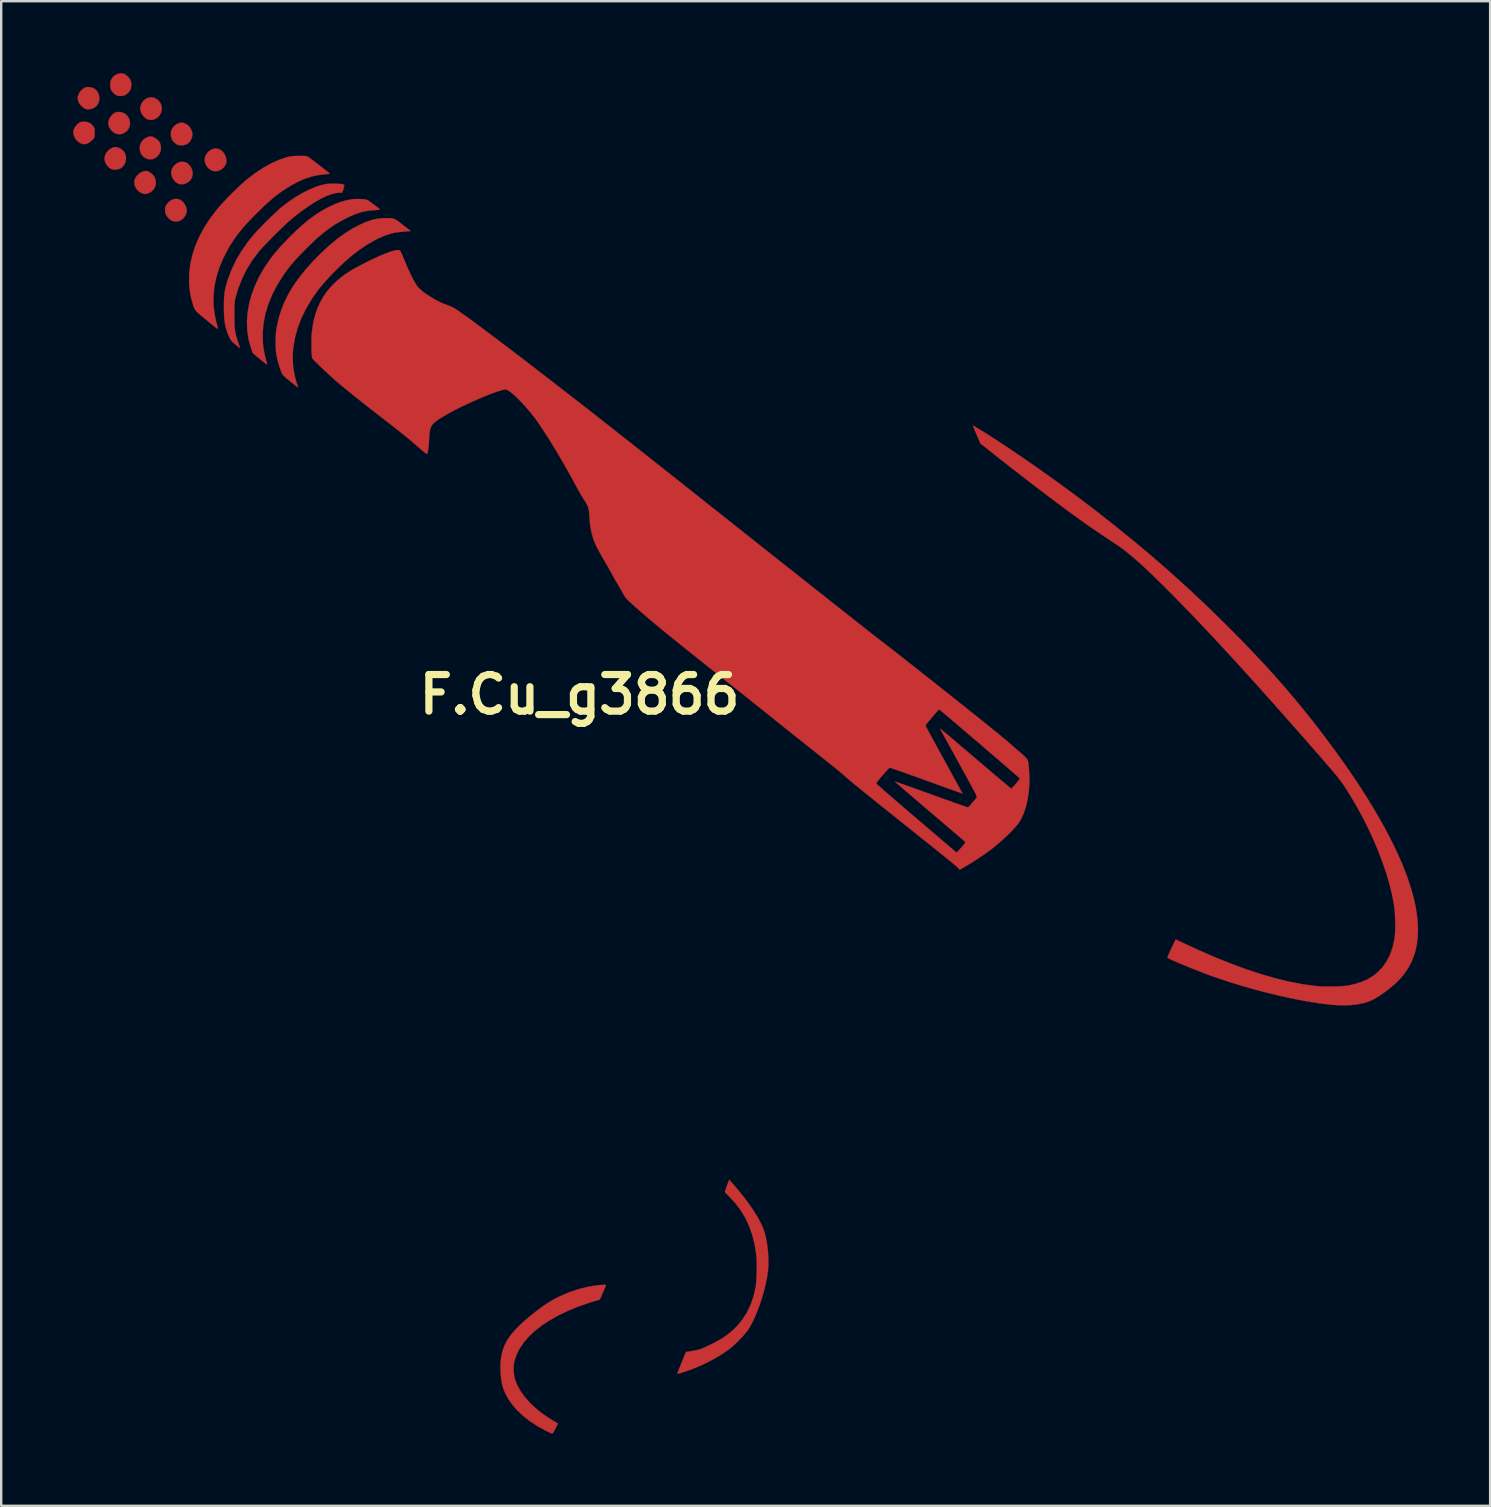
<source format=kicad_pcb>
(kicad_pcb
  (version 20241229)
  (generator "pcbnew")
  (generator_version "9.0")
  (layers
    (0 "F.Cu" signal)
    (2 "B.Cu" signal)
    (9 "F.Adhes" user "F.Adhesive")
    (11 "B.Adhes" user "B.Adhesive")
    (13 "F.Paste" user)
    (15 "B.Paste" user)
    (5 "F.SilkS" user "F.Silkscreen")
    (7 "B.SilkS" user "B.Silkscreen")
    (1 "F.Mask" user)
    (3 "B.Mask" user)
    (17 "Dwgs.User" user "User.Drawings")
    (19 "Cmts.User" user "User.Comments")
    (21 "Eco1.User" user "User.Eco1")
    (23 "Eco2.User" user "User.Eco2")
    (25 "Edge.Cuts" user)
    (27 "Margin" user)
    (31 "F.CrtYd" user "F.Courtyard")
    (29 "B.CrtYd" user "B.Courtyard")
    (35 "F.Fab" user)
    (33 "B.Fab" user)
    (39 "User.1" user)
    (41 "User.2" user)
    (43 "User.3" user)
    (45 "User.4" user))
  (footprint "F.Cu_g3866"
    (layer "F.Cu")
    (at 21.099 25.892)
    (property "Reference" "F.Cu_g3866" (at 0 0 0) (layer "F.SilkS") (effects (font (size 1.524 1.524) (thickness 0.3))))
    (attr through_hole)
    (fp_poly (pts (xy -16.401 -22.172) (xy -16.331 -22.132) (xy -16.232 -22.033) (xy -16.163 -21.917) (xy -16.126 -21.791) (xy -16.122 -21.663) (xy -16.153 -21.54) (xy -16.217 -21.434) (xy -16.311 -21.349) (xy -16.424 -21.291) (xy -16.546 -21.263) (xy -16.666 -21.27) (xy -16.708 -21.282) (xy -16.817 -21.342) (xy -16.906 -21.432) (xy -16.971 -21.543) (xy -17.008 -21.666) (xy -17.013 -21.792) (xy -16.985 -21.903) (xy -16.924 -22.005) (xy -16.834 -22.098) (xy -16.734 -22.166) (xy -16.628 -22.199) (xy -16.512 -22.2) (xy -16.401 -22.172)) (stroke (width 0.01) (type solid)) (fill yes) (layer "F.Cu"))
    (fp_poly (pts (xy -17.71 -24.862) (xy -17.594 -24.795) (xy -17.522 -24.727) (xy -17.449 -24.619) (xy -17.411 -24.503) (xy -17.406 -24.385) (xy -17.43 -24.271) (xy -17.48 -24.165) (xy -17.552 -24.074) (xy -17.643 -24.003) (xy -17.75 -23.958) (xy -17.869 -23.944) (xy -17.981 -23.962) (xy -18.077 -24.01) (xy -18.165 -24.09) (xy -18.238 -24.191) (xy -18.289 -24.302) (xy -18.309 -24.415) (xy -18.309 -24.423) (xy -18.29 -24.54) (xy -18.236 -24.654) (xy -18.157 -24.755) (xy -18.059 -24.832) (xy -17.967 -24.872) (xy -17.835 -24.888) (xy -17.71 -24.862)) (stroke (width 0.01) (type solid)) (fill yes) (layer "F.Cu"))
    (fp_poly (pts (xy -15.044 -22.735) (xy -14.938 -22.681) (xy -14.848 -22.6) (xy -14.778 -22.498) (xy -14.732 -22.384) (xy -14.713 -22.264) (xy -14.727 -22.145) (xy -14.755 -22.073) (xy -14.833 -21.959) (xy -14.933 -21.874) (xy -15.048 -21.822) (xy -15.171 -21.805) (xy -15.295 -21.825) (xy -15.335 -21.841) (xy -15.444 -21.912) (xy -15.532 -22.012) (xy -15.593 -22.13) (xy -15.62 -22.257) (xy -15.621 -22.281) (xy -15.601 -22.408) (xy -15.547 -22.525) (xy -15.465 -22.624) (xy -15.361 -22.7) (xy -15.243 -22.744) (xy -15.16 -22.754) (xy -15.044 -22.735)) (stroke (width 0.01) (type solid)) (fill yes) (layer "F.Cu"))
    (fp_poly (pts (xy -19.061 -24.259) (xy -18.948 -24.209) (xy -18.857 -24.134) (xy -18.79 -24.039) (xy -18.747 -23.932) (xy -18.731 -23.817) (xy -18.742 -23.701) (xy -18.782 -23.591) (xy -18.853 -23.492) (xy -18.955 -23.411) (xy -18.994 -23.391) (xy -19.12 -23.351) (xy -19.244 -23.351) (xy -19.361 -23.391) (xy -19.392 -23.41) (xy -19.508 -23.507) (xy -19.588 -23.619) (xy -19.63 -23.739) (xy -19.634 -23.864) (xy -19.598 -23.988) (xy -19.522 -24.106) (xy -19.513 -24.117) (xy -19.432 -24.199) (xy -19.356 -24.249) (xy -19.273 -24.273) (xy -19.194 -24.278) (xy -19.061 -24.259)) (stroke (width 0.01) (type solid)) (fill yes) (layer "F.Cu"))
    (fp_poly (pts (xy -17.973 -21.8) (xy -17.924 -21.774) (xy -17.798 -21.68) (xy -17.711 -21.57) (xy -17.663 -21.444) (xy -17.654 -21.307) (xy -17.677 -21.186) (xy -17.726 -21.083) (xy -17.802 -20.993) (xy -17.896 -20.922) (xy -17.999 -20.874) (xy -18.104 -20.857) (xy -18.182 -20.868) (xy -18.313 -20.928) (xy -18.42 -21.015) (xy -18.498 -21.122) (xy -18.544 -21.242) (xy -18.554 -21.37) (xy -18.55 -21.402) (xy -18.512 -21.516) (xy -18.44 -21.623) (xy -18.345 -21.715) (xy -18.233 -21.782) (xy -18.116 -21.817) (xy -18.11 -21.817) (xy -18.037 -21.819) (xy -17.973 -21.8)) (stroke (width 0.01) (type solid)) (fill yes) (layer "F.Cu"))
    (fp_poly (pts (xy -20.329 -25.297) (xy -20.209 -25.243) (xy -20.113 -25.158) (xy -20.047 -25.045) (xy -20.031 -25.001) (xy -20.008 -24.858) (xy -20.022 -24.725) (xy -20.069 -24.606) (xy -20.147 -24.509) (xy -20.25 -24.436) (xy -20.376 -24.395) (xy -20.433 -24.388) (xy -20.51 -24.386) (xy -20.564 -24.394) (xy -20.615 -24.417) (xy -20.666 -24.451) (xy -20.785 -24.552) (xy -20.865 -24.665) (xy -20.906 -24.785) (xy -20.908 -24.908) (xy -20.87 -25.03) (xy -20.791 -25.148) (xy -20.779 -25.162) (xy -20.697 -25.241) (xy -20.621 -25.289) (xy -20.539 -25.311) (xy -20.469 -25.315) (xy -20.329 -25.297)) (stroke (width 0.01) (type solid)) (fill yes) (layer "F.Cu"))
    (fp_poly (pts (xy -17.808 -23.249) (xy -17.746 -23.223) (xy -17.7 -23.199) (xy -17.582 -23.121) (xy -17.502 -23.027) (xy -17.456 -22.914) (xy -17.441 -22.774) (xy -17.441 -22.771) (xy -17.46 -22.642) (xy -17.51 -22.527) (xy -17.587 -22.43) (xy -17.683 -22.357) (xy -17.794 -22.311) (xy -17.912 -22.299) (xy -18.025 -22.322) (xy -18.143 -22.385) (xy -18.234 -22.477) (xy -18.296 -22.589) (xy -18.327 -22.714) (xy -18.324 -22.844) (xy -18.284 -22.973) (xy -18.272 -22.998) (xy -18.196 -23.099) (xy -18.095 -23.182) (xy -17.982 -23.237) (xy -17.919 -23.253) (xy -17.86 -23.257) (xy -17.808 -23.249)) (stroke (width 0.01) (type solid)) (fill yes) (layer "F.Cu"))
    (fp_poly (pts (xy -16.697 -20.642) (xy -16.595 -20.591) (xy -16.503 -20.501) (xy -16.486 -20.48) (xy -16.406 -20.348) (xy -16.368 -20.219) (xy -16.372 -20.092) (xy -16.418 -19.968) (xy -16.486 -19.872) (xy -16.588 -19.78) (xy -16.704 -19.725) (xy -16.828 -19.709) (xy -16.952 -19.732) (xy -16.986 -19.746) (xy -17.074 -19.802) (xy -17.158 -19.884) (xy -17.224 -19.977) (xy -17.243 -20.016) (xy -17.267 -20.115) (xy -17.269 -20.227) (xy -17.25 -20.333) (xy -17.232 -20.379) (xy -17.153 -20.493) (xy -17.051 -20.581) (xy -16.935 -20.638) (xy -16.813 -20.659) (xy -16.812 -20.659) (xy -16.697 -20.642)) (stroke (width 0.01) (type solid)) (fill yes) (layer "F.Cu"))
    (fp_poly (pts (xy -19.214 -22.789) (xy -19.188 -22.778) (xy -19.06 -22.703) (xy -18.97 -22.609) (xy -18.916 -22.495) (xy -18.898 -22.36) (xy -18.898 -22.354) (xy -18.913 -22.216) (xy -18.961 -22.097) (xy -19.018 -22.018) (xy -19.092 -21.946) (xy -19.179 -21.902) (xy -19.29 -21.877) (xy -19.319 -21.874) (xy -19.404 -21.871) (xy -19.469 -21.882) (xy -19.53 -21.908) (xy -19.631 -21.98) (xy -19.714 -22.08) (xy -19.771 -22.196) (xy -19.795 -22.316) (xy -19.796 -22.331) (xy -19.775 -22.459) (xy -19.717 -22.579) (xy -19.627 -22.684) (xy -19.53 -22.755) (xy -19.42 -22.803) (xy -19.318 -22.814) (xy -19.214 -22.789)) (stroke (width 0.01) (type solid)) (fill yes) (layer "F.Cu"))
    (fp_poly (pts (xy -16.499 -23.819) (xy -16.413 -23.782) (xy -16.329 -23.73) (xy -16.262 -23.673) (xy -16.25 -23.657) (xy -16.184 -23.547) (xy -16.141 -23.426) (xy -16.129 -23.328) (xy -16.142 -23.248) (xy -16.177 -23.154) (xy -16.224 -23.065) (xy -16.276 -22.997) (xy -16.28 -22.993) (xy -16.383 -22.926) (xy -16.507 -22.89) (xy -16.641 -22.886) (xy -16.737 -22.905) (xy -16.806 -22.939) (xy -16.88 -23) (xy -16.947 -23.074) (xy -16.986 -23.135) (xy -17.024 -23.247) (xy -17.034 -23.374) (xy -17.017 -23.489) (xy -16.967 -23.597) (xy -16.886 -23.694) (xy -16.784 -23.77) (xy -16.67 -23.819) (xy -16.571 -23.833) (xy -16.499 -23.819)) (stroke (width 0.01) (type solid)) (fill yes) (layer "F.Cu"))
    (fp_poly (pts (xy -19.014 -25.878) (xy -18.977 -25.866) (xy -18.907 -25.825) (xy -18.83 -25.759) (xy -18.76 -25.68) (xy -18.709 -25.601) (xy -18.699 -25.578) (xy -18.676 -25.473) (xy -18.676 -25.355) (xy -18.698 -25.244) (xy -18.718 -25.196) (xy -18.779 -25.109) (xy -18.862 -25.029) (xy -18.931 -24.983) (xy -19.012 -24.955) (xy -19.109 -24.942) (xy -19.204 -24.944) (xy -19.281 -24.962) (xy -19.293 -24.968) (xy -19.406 -25.049) (xy -19.494 -25.153) (xy -19.518 -25.193) (xy -19.547 -25.285) (xy -19.558 -25.397) (xy -19.549 -25.513) (xy -19.522 -25.614) (xy -19.518 -25.623) (xy -19.451 -25.726) (xy -19.358 -25.807) (xy -19.248 -25.862) (xy -19.13 -25.887) (xy -19.014 -25.878)) (stroke (width 0.01) (type solid)) (fill yes) (layer "F.Cu"))
    (fp_poly (pts (xy -20.52 -23.861) (xy -20.402 -23.815) (xy -20.303 -23.733) (xy -20.267 -23.687) (xy -20.236 -23.64) (xy -20.217 -23.598) (xy -20.208 -23.547) (xy -20.204 -23.476) (xy -20.204 -23.41) (xy -20.205 -23.319) (xy -20.209 -23.258) (xy -20.221 -23.215) (xy -20.242 -23.177) (xy -20.269 -23.142) (xy -20.349 -23.063) (xy -20.445 -22.995) (xy -20.543 -22.949) (xy -20.595 -22.936) (xy -20.665 -22.937) (xy -20.744 -22.953) (xy -20.759 -22.958) (xy -20.87 -23.017) (xy -20.964 -23.104) (xy -21.036 -23.21) (xy -21.081 -23.326) (xy -21.094 -23.444) (xy -21.084 -23.516) (xy -21.027 -23.645) (xy -20.932 -23.76) (xy -20.877 -23.806) (xy -20.823 -23.841) (xy -20.765 -23.86) (xy -20.687 -23.869) (xy -20.661 -23.871) (xy -20.52 -23.861)) (stroke (width 0.01) (type solid)) (fill yes) (layer "F.Cu"))
    (fp_poly (pts (xy -7.955 -19.854) (xy -7.869 -19.851) (xy -7.797 -19.842) (xy -7.732 -19.824) (xy -7.667 -19.794) (xy -7.595 -19.749) (xy -7.508 -19.686) (xy -7.4 -19.601) (xy -7.318 -19.537) (xy -7.038 -19.315) (xy -7.324 -19.291) (xy -7.536 -19.269) (xy -7.722 -19.24) (xy -7.895 -19.199) (xy -8.065 -19.144) (xy -8.245 -19.071) (xy -8.445 -18.978) (xy -8.477 -18.962) (xy -8.811 -18.777) (xy -9.151 -18.551) (xy -9.498 -18.283) (xy -9.852 -17.974) (xy -10.212 -17.624) (xy -10.44 -17.384) (xy -10.594 -17.215) (xy -10.724 -17.066) (xy -10.839 -16.927) (xy -10.945 -16.788) (xy -11.05 -16.64) (xy -11.159 -16.478) (xy -11.396 -16.084) (xy -11.591 -15.684) (xy -11.745 -15.28) (xy -11.858 -14.87) (xy -11.928 -14.457) (xy -11.95 -14.213) (xy -11.953 -13.98) (xy -11.938 -13.73) (xy -11.905 -13.478) (xy -11.858 -13.233) (xy -11.797 -13.008) (xy -11.737 -12.843) (xy -11.732 -12.813) (xy -11.74 -12.806) (xy -11.761 -12.819) (xy -11.81 -12.855) (xy -11.88 -12.909) (xy -11.966 -12.978) (xy -12.064 -13.057) (xy -12.065 -13.058) (xy -12.173 -13.147) (xy -12.253 -13.215) (xy -12.311 -13.268) (xy -12.352 -13.311) (xy -12.381 -13.351) (xy -12.404 -13.393) (xy -12.426 -13.443) (xy -12.431 -13.455) (xy -12.489 -13.613) (xy -12.545 -13.795) (xy -12.594 -13.985) (xy -12.631 -14.164) (xy -12.639 -14.213) (xy -12.654 -14.354) (xy -12.662 -14.522) (xy -12.665 -14.705) (xy -12.661 -14.89) (xy -12.651 -15.065) (xy -12.635 -15.215) (xy -12.628 -15.261) (xy -12.547 -15.639) (xy -12.437 -16.003) (xy -12.296 -16.357) (xy -12.123 -16.705) (xy -11.915 -17.049) (xy -11.671 -17.393) (xy -11.389 -17.741) (xy -11.137 -18.023) (xy -10.783 -18.385) (xy -10.436 -18.708) (xy -10.094 -18.991) (xy -9.76 -19.233) (xy -9.433 -19.435) (xy -9.218 -19.548) (xy -9.003 -19.648) (xy -8.813 -19.725) (xy -8.639 -19.782) (xy -8.473 -19.82) (xy -8.306 -19.843) (xy -8.129 -19.853) (xy -8.063 -19.854) (xy -7.955 -19.854)) (stroke (width 0.01) (type solid)) (fill yes) (layer "F.Cu"))
    (fp_poly (pts (xy -9.049 -20.645) (xy -8.938 -20.633) (xy -8.856 -20.614) (xy -8.842 -20.609) (xy -8.808 -20.589) (xy -8.751 -20.55) (xy -8.678 -20.498) (xy -8.597 -20.438) (xy -8.515 -20.376) (xy -8.439 -20.317) (xy -8.376 -20.266) (xy -8.334 -20.229) (xy -8.319 -20.212) (xy -8.339 -20.206) (xy -8.392 -20.198) (xy -8.47 -20.191) (xy -8.549 -20.185) (xy -8.752 -20.168) (xy -8.938 -20.139) (xy -9.116 -20.096) (xy -9.297 -20.037) (xy -9.49 -19.958) (xy -9.706 -19.856) (xy -9.727 -19.846) (xy -9.968 -19.719) (xy -10.195 -19.585) (xy -10.414 -19.438) (xy -10.631 -19.275) (xy -10.853 -19.09) (xy -11.085 -18.88) (xy -11.333 -18.639) (xy -11.367 -18.606) (xy -11.559 -18.41) (xy -11.725 -18.237) (xy -11.869 -18.08) (xy -11.997 -17.933) (xy -12.112 -17.791) (xy -12.22 -17.648) (xy -12.326 -17.497) (xy -12.371 -17.431) (xy -12.615 -17.036) (xy -12.817 -16.641) (xy -12.977 -16.245) (xy -13.095 -15.849) (xy -13.17 -15.453) (xy -13.204 -15.057) (xy -13.195 -14.662) (xy -13.188 -14.585) (xy -13.161 -14.383) (xy -13.117 -14.159) (xy -13.061 -13.926) (xy -13.027 -13.806) (xy -13.022 -13.77) (xy -13.031 -13.759) (xy -13.053 -13.772) (xy -13.101 -13.807) (xy -13.171 -13.861) (xy -13.256 -13.928) (xy -13.324 -13.983) (xy -13.417 -14.059) (xy -13.498 -14.128) (xy -13.562 -14.183) (xy -13.603 -14.221) (xy -13.615 -14.234) (xy -13.628 -14.265) (xy -13.65 -14.325) (xy -13.679 -14.406) (xy -13.696 -14.457) (xy -13.792 -14.809) (xy -13.846 -15.17) (xy -13.859 -15.541) (xy -13.831 -15.922) (xy -13.766 -16.296) (xy -13.665 -16.664) (xy -13.525 -17.038) (xy -13.35 -17.41) (xy -13.141 -17.776) (xy -12.901 -18.131) (xy -12.877 -18.164) (xy -12.706 -18.381) (xy -12.508 -18.612) (xy -12.288 -18.852) (xy -12.055 -19.091) (xy -11.815 -19.323) (xy -11.577 -19.541) (xy -11.347 -19.736) (xy -11.261 -19.805) (xy -11.007 -19.99) (xy -10.743 -20.158) (xy -10.475 -20.306) (xy -10.208 -20.43) (xy -9.949 -20.529) (xy -9.704 -20.599) (xy -9.477 -20.638) (xy -9.463 -20.64) (xy -9.322 -20.649) (xy -9.181 -20.65) (xy -9.049 -20.645)) (stroke (width 0.01) (type solid)) (fill yes) (layer "F.Cu"))
    (fp_poly (pts (xy 1.086 24.6) (xy 1.101 24.608) (xy 1.093 24.633) (xy 1.071 24.688) (xy 1.039 24.764) (xy 1.001 24.854) (xy 0.96 24.948) (xy 0.92 25.039) (xy 0.885 25.117) (xy 0.859 25.174) (xy 0.844 25.202) (xy 0.844 25.202) (xy 0.811 25.222) (xy 0.756 25.239) (xy 0.746 25.241) (xy 0.7 25.252) (xy 0.622 25.275) (xy 0.521 25.306) (xy 0.406 25.342) (xy 0.319 25.371) (xy -0.125 25.53) (xy -0.538 25.703) (xy -0.92 25.89) (xy -1.269 26.088) (xy -1.585 26.298) (xy -1.865 26.518) (xy -2.11 26.748) (xy -2.317 26.986) (xy -2.486 27.232) (xy -2.616 27.485) (xy -2.705 27.743) (xy -2.724 27.821) (xy -2.744 27.974) (xy -2.747 28.148) (xy -2.733 28.326) (xy -2.703 28.489) (xy -2.688 28.543) (xy -2.593 28.783) (xy -2.459 29.023) (xy -2.287 29.262) (xy -2.082 29.496) (xy -1.845 29.723) (xy -1.579 29.939) (xy -1.287 30.143) (xy -1.079 30.269) (xy -1.007 30.311) (xy -0.949 30.345) (xy -0.916 30.365) (xy -0.911 30.368) (xy -0.915 30.39) (xy -0.934 30.439) (xy -0.966 30.507) (xy -1.004 30.583) (xy -1.045 30.66) (xy -1.084 30.727) (xy -1.115 30.776) (xy -1.134 30.797) (xy -1.135 30.797) (xy -1.162 30.788) (xy -1.219 30.763) (xy -1.299 30.725) (xy -1.395 30.678) (xy -1.443 30.654) (xy -1.78 30.467) (xy -2.087 30.264) (xy -2.364 30.045) (xy -2.608 29.813) (xy -2.816 29.571) (xy -2.988 29.319) (xy -3.121 29.061) (xy -3.194 28.863) (xy -3.237 28.69) (xy -3.269 28.489) (xy -3.29 28.27) (xy -3.298 28.048) (xy -3.296 27.919) (xy -3.278 27.689) (xy -3.242 27.474) (xy -3.185 27.271) (xy -3.106 27.075) (xy -3.001 26.883) (xy -2.87 26.693) (xy -2.709 26.5) (xy -2.516 26.301) (xy -2.29 26.093) (xy -2.027 25.872) (xy -1.955 25.814) (xy -1.748 25.651) (xy -1.563 25.513) (xy -1.392 25.395) (xy -1.227 25.291) (xy -1.061 25.196) (xy -0.884 25.105) (xy -0.859 25.092) (xy -0.454 24.914) (xy -0.044 24.775) (xy 0.378 24.673) (xy 0.638 24.628) (xy 0.753 24.614) (xy 0.863 24.603) (xy 0.96 24.597) (xy 1.037 24.596) (xy 1.086 24.6)) (stroke (width 0.01) (type solid)) (fill yes) (layer "F.Cu"))
    (fp_poly (pts (xy -10.118 -21.287) (xy -10.003 -21.281) (xy -9.91 -21.272) (xy -9.848 -21.261) (xy -9.819 -21.249) (xy -9.805 -21.229) (xy -9.805 -21.194) (xy -9.819 -21.134) (xy -9.843 -21.052) (xy -9.887 -20.913) (xy -10.008 -20.913) (xy -10.169 -20.896) (xy -10.353 -20.848) (xy -10.559 -20.769) (xy -10.784 -20.66) (xy -11.026 -20.524) (xy -11.281 -20.36) (xy -11.548 -20.172) (xy -11.825 -19.959) (xy -12.064 -19.762) (xy -12.158 -19.68) (xy -12.273 -19.573) (xy -12.405 -19.447) (xy -12.548 -19.308) (xy -12.696 -19.161) (xy -12.844 -19.013) (xy -12.986 -18.867) (xy -13.117 -18.731) (xy -13.232 -18.609) (xy -13.324 -18.507) (xy -13.366 -18.457) (xy -13.633 -18.104) (xy -13.866 -17.726) (xy -14.065 -17.326) (xy -14.227 -16.909) (xy -14.315 -16.616) (xy -14.335 -16.541) (xy -14.35 -16.478) (xy -14.362 -16.419) (xy -14.37 -16.358) (xy -14.375 -16.287) (xy -14.379 -16.201) (xy -14.381 -16.091) (xy -14.381 -15.95) (xy -14.382 -15.822) (xy -14.381 -15.626) (xy -14.379 -15.464) (xy -14.373 -15.329) (xy -14.362 -15.211) (xy -14.346 -15.104) (xy -14.323 -15) (xy -14.293 -14.889) (xy -14.254 -14.765) (xy -14.225 -14.679) (xy -14.194 -14.585) (xy -14.169 -14.509) (xy -14.154 -14.456) (xy -14.15 -14.436) (xy -14.15 -14.436) (xy -14.168 -14.448) (xy -14.212 -14.483) (xy -14.275 -14.533) (xy -14.339 -14.585) (xy -14.425 -14.658) (xy -14.485 -14.717) (xy -14.53 -14.773) (xy -14.568 -14.837) (xy -14.592 -14.886) (xy -14.661 -15.044) (xy -14.716 -15.199) (xy -14.757 -15.359) (xy -14.787 -15.532) (xy -14.807 -15.726) (xy -14.817 -15.947) (xy -14.819 -16.161) (xy -14.818 -16.368) (xy -14.811 -16.544) (xy -14.798 -16.698) (xy -14.777 -16.841) (xy -14.746 -16.983) (xy -14.704 -17.135) (xy -14.65 -17.307) (xy -14.649 -17.311) (xy -14.498 -17.71) (xy -14.313 -18.097) (xy -14.091 -18.475) (xy -13.83 -18.849) (xy -13.642 -19.085) (xy -13.549 -19.193) (xy -13.432 -19.322) (xy -13.298 -19.464) (xy -13.152 -19.614) (xy -13.001 -19.766) (xy -12.85 -19.914) (xy -12.706 -20.051) (xy -12.575 -20.173) (xy -12.462 -20.273) (xy -12.404 -20.322) (xy -12.116 -20.54) (xy -11.826 -20.735) (xy -11.538 -20.904) (xy -11.256 -21.046) (xy -10.986 -21.157) (xy -10.73 -21.237) (xy -10.557 -21.273) (xy -10.472 -21.282) (xy -10.363 -21.287) (xy -10.241 -21.289) (xy -10.118 -21.287)) (stroke (width 0.01) (type solid)) (fill yes) (layer "F.Cu"))
    (fp_poly (pts (xy -11.477 -22.445) (xy -11.416 -22.441) (xy -11.372 -22.433) (xy -11.337 -22.419) (xy -11.302 -22.399) (xy -11.278 -22.384) (xy -11.237 -22.355) (xy -11.174 -22.308) (xy -11.091 -22.246) (xy -10.996 -22.173) (xy -10.893 -22.094) (xy -10.788 -22.012) (xy -10.686 -21.932) (xy -10.592 -21.858) (xy -10.511 -21.794) (xy -10.449 -21.744) (xy -10.411 -21.711) (xy -10.402 -21.701) (xy -10.423 -21.698) (xy -10.479 -21.692) (xy -10.56 -21.684) (xy -10.659 -21.675) (xy -10.665 -21.674) (xy -10.937 -21.638) (xy -11.204 -21.575) (xy -11.471 -21.485) (xy -11.743 -21.364) (xy -12.025 -21.211) (xy -12.323 -21.024) (xy -12.482 -20.914) (xy -12.638 -20.798) (xy -12.794 -20.671) (xy -12.958 -20.529) (xy -13.134 -20.368) (xy -13.327 -20.181) (xy -13.464 -20.046) (xy -13.68 -19.826) (xy -13.868 -19.627) (xy -14.032 -19.442) (xy -14.179 -19.264) (xy -14.311 -19.089) (xy -14.435 -18.91) (xy -14.555 -18.72) (xy -14.655 -18.551) (xy -14.854 -18.167) (xy -15.014 -17.779) (xy -15.134 -17.391) (xy -15.214 -17.002) (xy -15.253 -16.616) (xy -15.252 -16.233) (xy -15.209 -15.855) (xy -15.141 -15.541) (xy -15.11 -15.424) (xy -15.089 -15.342) (xy -15.077 -15.289) (xy -15.073 -15.258) (xy -15.075 -15.244) (xy -15.083 -15.24) (xy -15.084 -15.24) (xy -15.105 -15.253) (xy -15.154 -15.29) (xy -15.225 -15.345) (xy -15.315 -15.417) (xy -15.419 -15.5) (xy -15.483 -15.553) (xy -15.631 -15.674) (xy -15.75 -15.772) (xy -15.844 -15.853) (xy -15.916 -15.919) (xy -15.971 -15.975) (xy -16.011 -16.026) (xy -16.042 -16.075) (xy -16.065 -16.126) (xy -16.086 -16.185) (xy -16.108 -16.254) (xy -16.178 -16.5) (xy -16.226 -16.728) (xy -16.256 -16.954) (xy -16.27 -17.156) (xy -16.266 -17.543) (xy -16.22 -17.932) (xy -16.133 -18.321) (xy -16.006 -18.71) (xy -15.838 -19.095) (xy -15.631 -19.477) (xy -15.386 -19.853) (xy -15.102 -20.222) (xy -15.037 -20.299) (xy -14.914 -20.437) (xy -14.772 -20.591) (xy -14.616 -20.753) (xy -14.453 -20.916) (xy -14.29 -21.076) (xy -14.133 -21.224) (xy -13.989 -21.355) (xy -13.864 -21.462) (xy -13.832 -21.488) (xy -13.487 -21.747) (xy -13.152 -21.966) (xy -12.825 -22.146) (xy -12.505 -22.288) (xy -12.191 -22.392) (xy -12.171 -22.397) (xy -12.084 -22.418) (xy -11.999 -22.432) (xy -11.905 -22.441) (xy -11.79 -22.445) (xy -11.683 -22.446) (xy -11.563 -22.446) (xy -11.477 -22.445)) (stroke (width 0.01) (type solid)) (fill yes) (layer "F.Cu"))
    (fp_poly (pts (xy 6.363 20.357) (xy 6.617 20.651) (xy 6.851 20.942) (xy 7.063 21.226) (xy 7.25 21.5) (xy 7.412 21.762) (xy 7.545 22.007) (xy 7.647 22.233) (xy 7.714 22.423) (xy 7.773 22.663) (xy 7.819 22.928) (xy 7.851 23.205) (xy 7.869 23.483) (xy 7.871 23.748) (xy 7.856 23.989) (xy 7.854 24.003) (xy 7.815 24.275) (xy 7.757 24.564) (xy 7.682 24.862) (xy 7.595 25.163) (xy 7.496 25.459) (xy 7.388 25.743) (xy 7.274 26.007) (xy 7.157 26.244) (xy 7.038 26.447) (xy 7.023 26.469) (xy 6.954 26.563) (xy 6.859 26.675) (xy 6.746 26.799) (xy 6.622 26.927) (xy 6.496 27.051) (xy 6.373 27.164) (xy 6.262 27.258) (xy 6.216 27.293) (xy 5.911 27.501) (xy 5.573 27.7) (xy 5.213 27.884) (xy 4.841 28.049) (xy 4.466 28.189) (xy 4.353 28.226) (xy 4.238 28.262) (xy 4.158 28.286) (xy 4.108 28.296) (xy 4.083 28.293) (xy 4.077 28.277) (xy 4.086 28.247) (xy 4.097 28.22) (xy 4.115 28.176) (xy 4.147 28.099) (xy 4.187 28) (xy 4.234 27.884) (xy 4.28 27.771) (xy 4.327 27.655) (xy 4.368 27.553) (xy 4.401 27.472) (xy 4.423 27.418) (xy 4.432 27.396) (xy 4.432 27.396) (xy 4.453 27.392) (xy 4.507 27.382) (xy 4.584 27.369) (xy 4.646 27.358) (xy 4.754 27.34) (xy 4.863 27.319) (xy 4.955 27.299) (xy 4.985 27.292) (xy 5.061 27.266) (xy 5.166 27.223) (xy 5.291 27.166) (xy 5.431 27.099) (xy 5.576 27.026) (xy 5.719 26.95) (xy 5.852 26.876) (xy 5.968 26.807) (xy 6.031 26.767) (xy 6.315 26.553) (xy 6.567 26.311) (xy 6.786 26.042) (xy 6.974 25.747) (xy 7.128 25.425) (xy 7.249 25.078) (xy 7.336 24.711) (xy 7.351 24.601) (xy 7.364 24.458) (xy 7.374 24.291) (xy 7.381 24.11) (xy 7.384 23.924) (xy 7.384 23.742) (xy 7.38 23.574) (xy 7.372 23.43) (xy 7.367 23.379) (xy 7.305 22.955) (xy 7.208 22.553) (xy 7.078 22.175) (xy 6.914 21.821) (xy 6.717 21.492) (xy 6.487 21.189) (xy 6.304 20.989) (xy 6.221 20.905) (xy 6.15 20.831) (xy 6.095 20.773) (xy 6.062 20.735) (xy 6.054 20.723) (xy 6.061 20.699) (xy 6.079 20.643) (xy 6.107 20.563) (xy 6.142 20.469) (xy 6.145 20.461) (xy 6.235 20.214) (xy 6.363 20.357)) (stroke (width 0.01) (type solid)) (fill yes) (layer "F.Cu"))
    (fp_poly (pts (xy 16.408 -11.206) (xy 16.702 -11.029) (xy 17.024 -10.827) (xy 17.371 -10.604) (xy 17.738 -10.363) (xy 18.122 -10.105) (xy 18.519 -9.835) (xy 18.925 -9.554) (xy 19.336 -9.265) (xy 19.747 -8.972) (xy 20.156 -8.677) (xy 20.557 -8.382) (xy 20.947 -8.091) (xy 21.322 -7.806) (xy 21.601 -7.591) (xy 22.325 -7.02) (xy 23.016 -6.46) (xy 23.68 -5.907) (xy 24.322 -5.354) (xy 24.948 -4.798) (xy 25.564 -4.233) (xy 26.176 -3.654) (xy 26.79 -3.056) (xy 27.031 -2.816) (xy 27.552 -2.29) (xy 28.042 -1.782) (xy 28.506 -1.288) (xy 28.949 -0.802) (xy 29.374 -0.318) (xy 29.787 0.167) (xy 30.193 0.66) (xy 30.595 1.165) (xy 30.998 1.688) (xy 31.034 1.736) (xy 31.522 2.393) (xy 31.979 3.035) (xy 32.404 3.662) (xy 32.798 4.273) (xy 33.16 4.867) (xy 33.49 5.443) (xy 33.786 6.002) (xy 34.05 6.541) (xy 34.28 7.061) (xy 34.476 7.56) (xy 34.637 8.038) (xy 34.764 8.495) (xy 34.849 8.89) (xy 34.911 9.314) (xy 34.937 9.714) (xy 34.928 10.093) (xy 34.883 10.449) (xy 34.802 10.784) (xy 34.686 11.098) (xy 34.533 11.392) (xy 34.345 11.666) (xy 34.12 11.92) (xy 34.111 11.929) (xy 33.944 12.085) (xy 33.761 12.24) (xy 33.568 12.388) (xy 33.374 12.523) (xy 33.186 12.64) (xy 33.012 12.734) (xy 32.914 12.778) (xy 32.67 12.857) (xy 32.394 12.912) (xy 32.09 12.943) (xy 31.759 12.949) (xy 31.549 12.94) (xy 31.196 12.91) (xy 30.81 12.862) (xy 30.395 12.798) (xy 29.957 12.718) (xy 29.5 12.625) (xy 29.028 12.518) (xy 28.547 12.399) (xy 28.062 12.269) (xy 27.576 12.13) (xy 27.096 11.982) (xy 26.625 11.826) (xy 26.3 11.711) (xy 26.132 11.65) (xy 25.952 11.582) (xy 25.766 11.51) (xy 25.577 11.435) (xy 25.39 11.36) (xy 25.209 11.286) (xy 25.04 11.215) (xy 24.885 11.149) (xy 24.751 11.09) (xy 24.641 11.04) (xy 24.56 11) (xy 24.512 10.973) (xy 24.504 10.966) (xy 24.506 10.94) (xy 24.526 10.879) (xy 24.564 10.786) (xy 24.618 10.665) (xy 24.658 10.579) (xy 24.713 10.465) (xy 24.761 10.365) (xy 24.8 10.285) (xy 24.826 10.23) (xy 24.838 10.207) (xy 24.838 10.207) (xy 24.858 10.214) (xy 24.909 10.236) (xy 24.986 10.271) (xy 25.082 10.316) (xy 25.159 10.352) (xy 25.85 10.672) (xy 26.52 10.962) (xy 27.168 11.221) (xy 27.794 11.451) (xy 28.397 11.649) (xy 28.975 11.816) (xy 29.529 11.953) (xy 30.056 12.057) (xy 30.558 12.13) (xy 30.761 12.152) (xy 30.898 12.161) (xy 31.06 12.166) (xy 31.236 12.167) (xy 31.418 12.165) (xy 31.596 12.16) (xy 31.761 12.151) (xy 31.905 12.139) (xy 32.017 12.125) (xy 32.036 12.122) (xy 32.352 12.049) (xy 32.633 11.955) (xy 32.884 11.838) (xy 33.107 11.695) (xy 33.305 11.526) (xy 33.477 11.337) (xy 33.642 11.097) (xy 33.776 10.829) (xy 33.88 10.531) (xy 33.952 10.206) (xy 33.964 10.134) (xy 33.981 9.972) (xy 33.99 9.78) (xy 33.992 9.567) (xy 33.986 9.344) (xy 33.974 9.121) (xy 33.955 8.908) (xy 33.931 8.731) (xy 33.853 8.32) (xy 33.745 7.884) (xy 33.61 7.43) (xy 33.45 6.962) (xy 33.267 6.484) (xy 33.062 6.002) (xy 32.837 5.521) (xy 32.595 5.045) (xy 32.338 4.579) (xy 32.067 4.127) (xy 32.024 4.06) (xy 31.961 3.961) (xy 31.903 3.871) (xy 31.848 3.788) (xy 31.793 3.708) (xy 31.737 3.629) (xy 31.676 3.548) (xy 31.609 3.461) (xy 31.532 3.366) (xy 31.444 3.26) (xy 31.343 3.139) (xy 31.225 3.002) (xy 31.089 2.844) (xy 30.931 2.662) (xy 30.75 2.455) (xy 30.566 2.244) (xy 30 1.598) (xy 29.446 0.971) (xy 28.907 0.364) (xy 28.384 -0.221) (xy 27.877 -0.784) (xy 27.388 -1.322) (xy 26.917 -1.834) (xy 26.468 -2.319) (xy 26.039 -2.776) (xy 25.634 -3.204) (xy 25.252 -3.6) (xy 24.975 -3.884) (xy 24.659 -4.204) (xy 24.369 -4.494) (xy 24.104 -4.757) (xy 23.859 -4.994) (xy 23.634 -5.209) (xy 23.427 -5.401) (xy 23.234 -5.575) (xy 23.054 -5.731) (xy 22.884 -5.872) (xy 22.722 -6) (xy 22.567 -6.117) (xy 22.415 -6.224) (xy 22.299 -6.302) (xy 22.003 -6.497) (xy 21.735 -6.676) (xy 21.486 -6.845) (xy 21.247 -7.01) (xy 21.009 -7.177) (xy 20.764 -7.352) (xy 20.503 -7.541) (xy 20.299 -7.691) (xy 19.969 -7.935) (xy 19.613 -8.202) (xy 19.237 -8.487) (xy 18.846 -8.786) (xy 18.446 -9.094) (xy 18.043 -9.407) (xy 17.643 -9.72) (xy 17.252 -10.029) (xy 17.132 -10.124) (xy 16.703 -10.465) (xy 16.572 -10.773) (xy 16.524 -10.885) (xy 16.48 -10.988) (xy 16.444 -11.074) (xy 16.418 -11.134) (xy 16.411 -11.151) (xy 16.394 -11.197) (xy 16.396 -11.211) (xy 16.408 -11.206)) (stroke (width 0.01) (type solid)) (fill yes) (layer "F.Cu"))
    (fp_poly (pts (xy -7.48 -18.505) (xy -7.466 -18.481) (xy -7.438 -18.425) (xy -7.399 -18.34) (xy -7.353 -18.235) (xy -7.302 -18.114) (xy -7.282 -18.066) (xy -7.17 -17.801) (xy -7.068 -17.573) (xy -6.976 -17.382) (xy -6.892 -17.223) (xy -6.814 -17.094) (xy -6.742 -16.992) (xy -6.68 -16.922) (xy -6.558 -16.814) (xy -6.405 -16.7) (xy -6.23 -16.585) (xy -6.044 -16.474) (xy -5.855 -16.374) (xy -5.673 -16.29) (xy -5.507 -16.227) (xy -5.491 -16.222) (xy -5.317 -16.154) (xy -5.158 -16.062) (xy -5.144 -16.052) (xy -5.051 -15.988) (xy -4.942 -15.912) (xy -4.837 -15.84) (xy -4.805 -15.818) (xy -4.741 -15.773) (xy -4.647 -15.705) (xy -4.525 -15.616) (xy -4.38 -15.508) (xy -4.214 -15.385) (xy -4.031 -15.248) (xy -3.833 -15.1) (xy -3.625 -14.943) (xy -3.409 -14.781) (xy -3.189 -14.614) (xy -2.967 -14.446) (xy -2.748 -14.28) (xy -2.534 -14.117) (xy -2.329 -13.96) (xy -2.201 -13.862) (xy -1.844 -13.587) (xy -1.49 -13.314) (xy -1.137 -13.041) (xy -0.783 -12.767) (xy -0.426 -12.49) (xy -0.063 -12.207) (xy 0.308 -11.918) (xy 0.69 -11.619) (xy 1.084 -11.31) (xy 1.494 -10.988) (xy 1.921 -10.651) (xy 2.369 -10.299) (xy 2.838 -9.928) (xy 3.332 -9.537) (xy 3.853 -9.124) (xy 4.404 -8.688) (xy 4.71 -8.445) (xy 5.18 -8.072) (xy 5.647 -7.702) (xy 6.11 -7.335) (xy 6.566 -6.974) (xy 7.015 -6.618) (xy 7.455 -6.269) (xy 7.885 -5.928) (xy 8.304 -5.596) (xy 8.711 -5.275) (xy 9.103 -4.964) (xy 9.481 -4.665) (xy 9.841 -4.38) (xy 10.185 -4.109) (xy 10.509 -3.852) (xy 10.812 -3.613) (xy 11.094 -3.39) (xy 11.353 -3.186) (xy 11.588 -3) (xy 11.797 -2.836) (xy 11.979 -2.692) (xy 12.133 -2.571) (xy 12.258 -2.474) (xy 12.351 -2.401) (xy 12.404 -2.36) (xy 12.576 -2.227) (xy 12.77 -2.077) (xy 12.982 -1.912) (xy 13.211 -1.734) (xy 13.454 -1.543) (xy 13.709 -1.343) (xy 13.973 -1.135) (xy 14.246 -0.92) (xy 14.523 -0.701) (xy 14.804 -0.479) (xy 15.085 -0.256) (xy 15.365 -0.035) (xy 15.641 0.185) (xy 15.911 0.4) (xy 16.173 0.609) (xy 16.425 0.809) (xy 16.664 1) (xy 16.888 1.18) (xy 17.094 1.346) (xy 17.281 1.497) (xy 17.447 1.631) (xy 17.589 1.747) (xy 17.704 1.842) (xy 17.791 1.915) (xy 17.847 1.963) (xy 17.854 1.969) (xy 17.913 2.023) (xy 17.997 2.097) (xy 18.095 2.183) (xy 18.2 2.274) (xy 18.267 2.332) (xy 18.392 2.439) (xy 18.489 2.524) (xy 18.563 2.592) (xy 18.617 2.649) (xy 18.655 2.701) (xy 18.68 2.754) (xy 18.695 2.814) (xy 18.706 2.887) (xy 18.715 2.98) (xy 18.724 3.07) (xy 18.745 3.415) (xy 18.742 3.755) (xy 18.716 4.083) (xy 18.667 4.397) (xy 18.597 4.69) (xy 18.505 4.957) (xy 18.394 5.195) (xy 18.31 5.334) (xy 18.224 5.447) (xy 18.109 5.58) (xy 17.969 5.726) (xy 17.811 5.882) (xy 17.639 6.042) (xy 17.458 6.201) (xy 17.274 6.354) (xy 17.108 6.484) (xy 16.975 6.581) (xy 16.817 6.691) (xy 16.644 6.808) (xy 16.469 6.922) (xy 16.301 7.028) (xy 16.152 7.118) (xy 16.108 7.143) (xy 16.025 7.191) (xy 15.951 7.234) (xy 15.898 7.266) (xy 15.881 7.276) (xy 15.845 7.294) (xy 15.821 7.281) (xy 15.807 7.26) (xy 15.798 7.248) (xy 15.781 7.229) (xy 15.755 7.204) (xy 15.718 7.171) (xy 15.669 7.128) (xy 15.606 7.075) (xy 15.527 7.01) (xy 15.431 6.931) (xy 15.317 6.838) (xy 15.182 6.729) (xy 15.026 6.603) (xy 14.846 6.458) (xy 14.64 6.293) (xy 14.408 6.107) (xy 14.148 5.899) (xy 13.858 5.667) (xy 13.547 5.418) (xy 13.215 5.153) (xy 12.915 4.913) (xy 12.645 4.697) (xy 12.402 4.502) (xy 12.186 4.328) (xy 11.993 4.174) (xy 11.824 4.037) (xy 11.675 3.916) (xy 11.545 3.81) (xy 11.432 3.718) (xy 11.408 3.698) (xy 12.361 3.698) (xy 12.375 3.714) (xy 12.415 3.753) (xy 12.482 3.815) (xy 12.577 3.899) (xy 12.699 4.008) (xy 12.851 4.14) (xy 13.032 4.296) (xy 13.242 4.477) (xy 13.482 4.684) (xy 13.753 4.915) (xy 14.054 5.173) (xy 14.387 5.457) (xy 14.752 5.768) (xy 14.838 5.841) (xy 14.979 5.961) (xy 15.116 6.078) (xy 15.244 6.187) (xy 15.359 6.285) (xy 15.455 6.366) (xy 15.527 6.428) (xy 15.564 6.46) (xy 15.629 6.514) (xy 15.68 6.556) (xy 15.711 6.58) (xy 15.716 6.583) (xy 15.732 6.568) (xy 15.771 6.526) (xy 15.826 6.465) (xy 15.893 6.389) (xy 15.909 6.37) (xy 15.984 6.282) (xy 16.034 6.219) (xy 16.062 6.177) (xy 16.072 6.15) (xy 16.067 6.133) (xy 16.063 6.13) (xy 16.043 6.111) (xy 15.992 6.068) (xy 15.915 6.002) (xy 15.814 5.916) (xy 15.693 5.812) (xy 15.553 5.692) (xy 15.397 5.56) (xy 15.229 5.417) (xy 15.052 5.265) (xy 15.007 5.227) (xy 14.699 4.965) (xy 14.423 4.729) (xy 14.176 4.519) (xy 13.959 4.333) (xy 13.77 4.171) (xy 13.608 4.032) (xy 13.472 3.916) (xy 13.361 3.82) (xy 13.274 3.745) (xy 13.21 3.689) (xy 13.169 3.651) (xy 13.148 3.632) (xy 13.145 3.628) (xy 13.154 3.629) (xy 13.185 3.638) (xy 13.239 3.655) (xy 13.316 3.682) (xy 13.42 3.718) (xy 13.552 3.765) (xy 13.714 3.822) (xy 13.906 3.891) (xy 14.132 3.972) (xy 14.393 4.065) (xy 14.69 4.173) (xy 14.969 4.273) (xy 15.183 4.35) (xy 15.385 4.423) (xy 15.572 4.489) (xy 15.741 4.549) (xy 15.887 4.601) (xy 16.008 4.643) (xy 16.099 4.674) (xy 16.157 4.693) (xy 16.179 4.699) (xy 16.194 4.693) (xy 16.219 4.672) (xy 16.257 4.634) (xy 16.31 4.575) (xy 16.381 4.492) (xy 16.475 4.381) (xy 16.549 4.292) (xy 16.554 4.281) (xy 16.554 4.264) (xy 16.547 4.238) (xy 16.532 4.199) (xy 16.507 4.145) (xy 16.472 4.073) (xy 16.423 3.98) (xy 16.361 3.863) (xy 16.283 3.719) (xy 16.188 3.545) (xy 16.074 3.339) (xy 16.022 3.244) (xy 15.854 2.937) (xy 15.704 2.666) (xy 15.573 2.427) (xy 15.459 2.22) (xy 15.361 2.041) (xy 15.278 1.89) (xy 15.209 1.764) (xy 15.153 1.662) (xy 15.109 1.58) (xy 15.076 1.518) (xy 15.052 1.474) (xy 15.037 1.444) (xy 15.03 1.428) (xy 15.028 1.424) (xy 15.028 1.421) (xy 15.029 1.42) (xy 15.034 1.422) (xy 15.043 1.429) (xy 15.061 1.443) (xy 15.088 1.465) (xy 15.127 1.497) (xy 15.18 1.542) (xy 15.249 1.6) (xy 15.336 1.674) (xy 15.444 1.765) (xy 15.574 1.876) (xy 15.729 2.008) (xy 15.911 2.163) (xy 16.122 2.342) (xy 16.245 2.447) (xy 16.527 2.687) (xy 16.778 2.9) (xy 16.999 3.089) (xy 17.194 3.254) (xy 17.363 3.397) (xy 17.507 3.519) (xy 17.63 3.622) (xy 17.731 3.707) (xy 17.813 3.776) (xy 17.877 3.829) (xy 17.926 3.868) (xy 17.96 3.895) (xy 17.981 3.91) (xy 17.991 3.916) (xy 17.992 3.916) (xy 18.011 3.901) (xy 18.05 3.86) (xy 18.103 3.802) (xy 18.164 3.733) (xy 18.225 3.662) (xy 18.28 3.595) (xy 18.324 3.541) (xy 18.348 3.506) (xy 18.351 3.499) (xy 18.336 3.483) (xy 18.29 3.443) (xy 18.218 3.379) (xy 18.121 3.295) (xy 18.002 3.192) (xy 17.864 3.072) (xy 17.709 2.939) (xy 17.54 2.793) (xy 17.359 2.638) (xy 17.169 2.475) (xy 16.973 2.306) (xy 16.772 2.134) (xy 16.571 1.962) (xy 16.37 1.791) (xy 16.174 1.623) (xy 15.984 1.46) (xy 15.803 1.306) (xy 15.633 1.162) (xy 15.478 1.03) (xy 15.339 0.912) (xy 15.22 0.811) (xy 15.122 0.729) (xy 15.049 0.668) (xy 15.003 0.63) (xy 14.987 0.618) (xy 14.969 0.632) (xy 14.93 0.672) (xy 14.874 0.734) (xy 14.805 0.811) (xy 14.731 0.898) (xy 14.654 0.988) (xy 14.58 1.076) (xy 14.514 1.156) (xy 14.461 1.222) (xy 14.426 1.269) (xy 14.415 1.29) (xy 14.424 1.311) (xy 14.453 1.366) (xy 14.499 1.452) (xy 14.56 1.566) (xy 14.635 1.705) (xy 14.722 1.865) (xy 14.82 2.044) (xy 14.926 2.239) (xy 15.04 2.446) (xy 15.104 2.564) (xy 15.224 2.781) (xy 15.339 2.991) (xy 15.448 3.19) (xy 15.55 3.375) (xy 15.641 3.542) (xy 15.721 3.687) (xy 15.787 3.807) (xy 15.837 3.899) (xy 15.87 3.959) (xy 15.878 3.974) (xy 15.962 4.127) (xy 15.67 4.024) (xy 15.58 3.991) (xy 15.457 3.947) (xy 15.309 3.894) (xy 15.141 3.834) (xy 14.962 3.769) (xy 14.778 3.702) (xy 14.637 3.651) (xy 14.289 3.526) (xy 13.981 3.414) (xy 13.712 3.318) (xy 13.482 3.236) (xy 13.291 3.169) (xy 13.14 3.117) (xy 13.029 3.079) (xy 12.957 3.056) (xy 12.924 3.048) (xy 12.924 3.048) (xy 12.902 3.063) (xy 12.858 3.106) (xy 12.798 3.169) (xy 12.728 3.247) (xy 12.651 3.334) (xy 12.574 3.423) (xy 12.502 3.509) (xy 12.44 3.586) (xy 12.392 3.647) (xy 12.366 3.687) (xy 12.361 3.698) (xy 11.408 3.698) (xy 11.335 3.638) (xy 11.251 3.568) (xy 11.18 3.508) (xy 11.119 3.455) (xy 11.066 3.409) (xy 11.019 3.367) (xy 11.017 3.365) (xy 10.979 3.331) (xy 10.938 3.295) (xy 10.892 3.255) (xy 10.839 3.211) (xy 10.777 3.159) (xy 10.702 3.097) (xy 10.612 3.025) (xy 10.506 2.939) (xy 10.379 2.838) (xy 10.231 2.72) (xy 10.059 2.583) (xy 9.86 2.424) (xy 9.631 2.243) (xy 9.472 2.117) (xy 9.318 1.994) (xy 9.137 1.85) (xy 8.936 1.69) (xy 8.721 1.519) (xy 8.5 1.343) (xy 8.279 1.166) (xy 8.064 0.994) (xy 7.861 0.832) (xy 7.855 0.827) (xy 7.667 0.677) (xy 7.479 0.526) (xy 7.294 0.378) (xy 7.117 0.237) (xy 6.953 0.106) (xy 6.806 -0.011) (xy 6.681 -0.111) (xy 6.583 -0.189) (xy 6.553 -0.213) (xy 6.141 -0.539) (xy 5.761 -0.841) (xy 5.411 -1.119) (xy 5.088 -1.376) (xy 4.792 -1.612) (xy 4.52 -1.829) (xy 4.271 -2.029) (xy 4.042 -2.213) (xy 3.832 -2.382) (xy 3.64 -2.538) (xy 3.463 -2.682) (xy 3.3 -2.816) (xy 3.149 -2.942) (xy 3.008 -3.06) (xy 2.875 -3.172) (xy 2.749 -3.28) (xy 2.627 -3.385) (xy 2.509 -3.489) (xy 2.392 -3.592) (xy 2.274 -3.697) (xy 2.185 -3.777) (xy 2.085 -3.868) (xy 2.011 -3.939) (xy 1.954 -4) (xy 1.907 -4.059) (xy 1.863 -4.125) (xy 1.816 -4.207) (xy 1.795 -4.244) (xy 1.731 -4.358) (xy 1.66 -4.481) (xy 1.592 -4.597) (xy 1.551 -4.666) (xy 1.493 -4.763) (xy 1.436 -4.863) (xy 1.389 -4.951) (xy 1.372 -4.984) (xy 1.342 -5.039) (xy 1.296 -5.123) (xy 1.236 -5.23) (xy 1.166 -5.352) (xy 1.09 -5.483) (xy 1.045 -5.561) (xy 0.965 -5.699) (xy 0.886 -5.838) (xy 0.814 -5.968) (xy 0.751 -6.083) (xy 0.704 -6.174) (xy 0.688 -6.207) (xy 0.575 -6.482) (xy 0.492 -6.777) (xy 0.437 -7.096) (xy 0.411 -7.417) (xy 0.404 -7.531) (xy 0.393 -7.64) (xy 0.38 -7.732) (xy 0.367 -7.793) (xy 0.367 -7.794) (xy 0.342 -7.853) (xy 0.299 -7.934) (xy 0.245 -8.027) (xy 0.197 -8.101) (xy 0.14 -8.19) (xy 0.07 -8.306) (xy -0.005 -8.437) (xy -0.081 -8.572) (xy -0.133 -8.668) (xy -0.302 -8.983) (xy -0.478 -9.302) (xy -0.659 -9.62) (xy -0.84 -9.932) (xy -1.021 -10.235) (xy -1.199 -10.525) (xy -1.37 -10.798) (xy -1.534 -11.05) (xy -1.686 -11.276) (xy -1.825 -11.473) (xy -1.948 -11.636) (xy -1.961 -11.652) (xy -2.108 -11.831) (xy -2.258 -12.003) (xy -2.407 -12.166) (xy -2.552 -12.314) (xy -2.687 -12.445) (xy -2.81 -12.553) (xy -2.915 -12.635) (xy -2.992 -12.683) (xy -3.039 -12.705) (xy -3.077 -12.714) (xy -3.122 -12.711) (xy -3.189 -12.696) (xy -3.213 -12.69) (xy -3.369 -12.645) (xy -3.555 -12.582) (xy -3.766 -12.503) (xy -3.995 -12.411) (xy -4.237 -12.308) (xy -4.486 -12.198) (xy -4.735 -12.083) (xy -4.978 -11.966) (xy -5.209 -11.849) (xy -5.423 -11.735) (xy -5.613 -11.627) (xy -5.668 -11.594) (xy -5.83 -11.494) (xy -5.958 -11.407) (xy -6.058 -11.327) (xy -6.132 -11.248) (xy -6.185 -11.164) (xy -6.221 -11.069) (xy -6.244 -10.956) (xy -6.258 -10.819) (xy -6.267 -10.668) (xy -6.28 -10.451) (xy -6.298 -10.272) (xy -6.321 -10.125) (xy -6.342 -10.037) (xy -6.349 -10.026) (xy -6.363 -10.026) (xy -6.388 -10.038) (xy -6.428 -10.067) (xy -6.486 -10.113) (xy -6.566 -10.181) (xy -6.672 -10.272) (xy -6.763 -10.351) (xy -6.856 -10.433) (xy -6.944 -10.508) (xy -7.029 -10.581) (xy -7.116 -10.653) (xy -7.207 -10.728) (xy -7.307 -10.809) (xy -7.42 -10.899) (xy -7.548 -11.001) (xy -7.696 -11.117) (xy -7.868 -11.251) (xy -8.067 -11.406) (xy -8.234 -11.536) (xy -8.602 -11.823) (xy -8.937 -12.085) (xy -9.237 -12.323) (xy -9.503 -12.535) (xy -9.735 -12.723) (xy -9.933 -12.886) (xy -10.096 -13.024) (xy -10.097 -13.024) (xy -10.195 -13.109) (xy -10.305 -13.208) (xy -10.422 -13.315) (xy -10.544 -13.428) (xy -10.665 -13.541) (xy -10.78 -13.651) (xy -10.887 -13.755) (xy -10.981 -13.847) (xy -11.057 -13.924) (xy -11.111 -13.982) (xy -11.14 -14.017) (xy -11.143 -14.023) (xy -11.151 -14.07) (xy -11.159 -14.152) (xy -11.164 -14.26) (xy -11.169 -14.388) (xy -11.171 -14.526) (xy -11.171 -14.667) (xy -11.17 -14.804) (xy -11.166 -14.928) (xy -11.16 -15.032) (xy -11.156 -15.074) (xy -11.117 -15.372) (xy -11.064 -15.639) (xy -10.996 -15.886) (xy -10.91 -16.122) (xy -10.815 -16.33) (xy -10.679 -16.577) (xy -10.521 -16.804) (xy -10.334 -17.022) (xy -10.22 -17.136) (xy -10.085 -17.262) (xy -9.95 -17.376) (xy -9.809 -17.484) (xy -9.656 -17.589) (xy -9.486 -17.694) (xy -9.292 -17.803) (xy -9.07 -17.921) (xy -8.848 -18.033) (xy -8.562 -18.171) (xy -8.308 -18.286) (xy -8.086 -18.379) (xy -7.896 -18.449) (xy -7.739 -18.496) (xy -7.616 -18.52) (xy -7.527 -18.521) (xy -7.48 -18.505)) (stroke (width 0.01) (type solid)) (fill yes) (layer "F.Cu")))
  (gr_rect
    (start -3 -3)
    (end 59.042 59.694)
    (stroke (width 0.1) (type default))
    (fill no)
    (layer "Edge.Cuts")))
</source>
